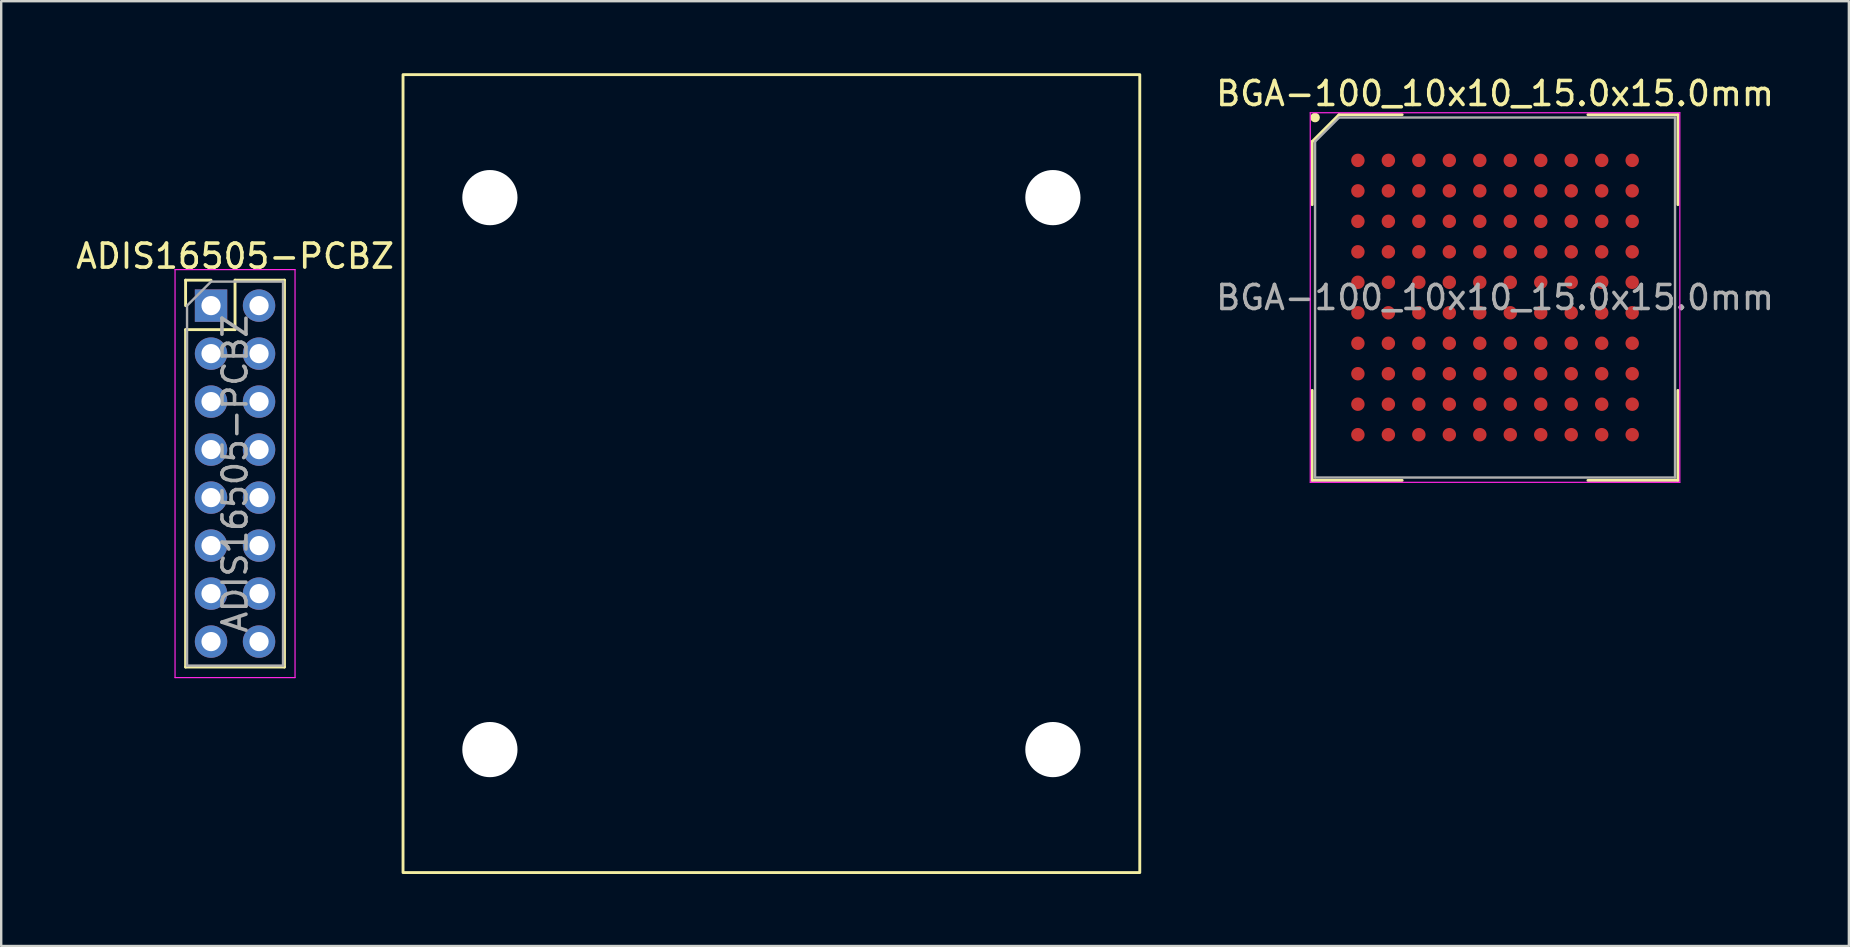
<source format=kicad_pcb>
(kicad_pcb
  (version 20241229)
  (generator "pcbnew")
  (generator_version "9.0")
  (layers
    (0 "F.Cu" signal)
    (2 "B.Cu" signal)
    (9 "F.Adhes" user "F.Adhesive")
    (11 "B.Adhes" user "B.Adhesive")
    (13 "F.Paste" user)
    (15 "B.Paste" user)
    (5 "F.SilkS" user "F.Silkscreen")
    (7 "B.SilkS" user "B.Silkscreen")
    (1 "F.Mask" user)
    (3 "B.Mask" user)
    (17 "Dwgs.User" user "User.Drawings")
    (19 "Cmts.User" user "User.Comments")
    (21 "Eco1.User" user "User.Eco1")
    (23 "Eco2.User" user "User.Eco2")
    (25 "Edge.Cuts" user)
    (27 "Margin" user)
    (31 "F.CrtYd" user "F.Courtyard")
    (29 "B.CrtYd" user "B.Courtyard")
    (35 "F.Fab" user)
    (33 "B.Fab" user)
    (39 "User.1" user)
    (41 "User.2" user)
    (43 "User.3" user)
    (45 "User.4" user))
  (footprint "BGA-100_10x10_15.0x15.0mm"
    (layer "F.Cu")
    (at 59.248 9.348)
    (property "Reference" "BGA-100_10x10_15.0x15.0mm" (at 0 -8.5 0) (layer "F.SilkS") (effects (font (size 1 1) (thickness 0.15))))
    (attr smd)
    (fp_line (start -7.62 -6.5) (end -7.62 -3.87) (stroke (width 0.12) (type default)) (layer "F.SilkS"))
    (fp_line (start -7.62 7.62) (end -7.62 3.87) (stroke (width 0.12) (type default)) (layer "F.SilkS"))
    (fp_line (start -6.5 -7.62) (end -7.62 -6.5) (stroke (width 0.12) (type default)) (layer "F.SilkS"))
    (fp_line (start -3.87 -7.62) (end -6.5 -7.62) (stroke (width 0.12) (type default)) (layer "F.SilkS"))
    (fp_line (start -3.87 7.62) (end -7.62 7.62) (stroke (width 0.12) (type default)) (layer "F.SilkS"))
    (fp_line (start 3.87 -7.62) (end 7.62 -7.62) (stroke (width 0.12) (type default)) (layer "F.SilkS"))
    (fp_line (start 3.87 7.62) (end 7.62 7.62) (stroke (width 0.12) (type default)) (layer "F.SilkS"))
    (fp_line (start 7.62 -7.62) (end 7.62 -3.87) (stroke (width 0.12) (type default)) (layer "F.SilkS"))
    (fp_line (start 7.62 7.62) (end 7.62 3.87) (stroke (width 0.12) (type default)) (layer "F.SilkS"))
    (fp_circle (center -7.5 -7.5) (end -7.5 -7.4) (stroke (width 0.2) (type default)) (fill no) (layer "F.SilkS"))
    (fp_line (start -7.7 -7.7) (end 7.7 -7.7) (stroke (width 0.05) (type default)) (layer "F.CrtYd"))
    (fp_line (start -7.7 7.7) (end -7.7 -7.7) (stroke (width 0.05) (type default)) (layer "F.CrtYd"))
    (fp_line (start 7.7 -7.7) (end 7.7 7.7) (stroke (width 0.05) (type default)) (layer "F.CrtYd"))
    (fp_line (start 7.7 7.7) (end -7.7 7.7) (stroke (width 0.05) (type default)) (layer "F.CrtYd"))
    (fp_line (start -7.5 -6.5) (end -7.5 7.5) (stroke (width 0.1) (type default)) (layer "F.Fab"))
    (fp_line (start -7.5 7.5) (end 7.5 7.5) (stroke (width 0.1) (type default)) (layer "F.Fab"))
    (fp_line (start -6.5 -7.5) (end -7.5 -6.5) (stroke (width 0.1) (type default)) (layer "F.Fab"))
    (fp_line (start 7.5 -7.5) (end -6.5 -7.5) (stroke (width 0.1) (type default)) (layer "F.Fab"))
    (fp_line (start 7.5 7.5) (end 7.5 -7.5) (stroke (width 0.1) (type default)) (layer "F.Fab"))
    (fp_text user "${REFERENCE}" (at 0 0 0) (layer "F.Fab") (effects (font (size 1 1) (thickness 0.15))))
    (pad "A1" smd circle (at -5.715 -5.715) (size 0.56 0.56) (layers "F.Cu" "F.Mask" "F.Paste"))
    (pad "A2" smd circle (at -4.445 -5.715) (size 0.56 0.56) (layers "F.Cu" "F.Mask" "F.Paste"))
    (pad "A3" smd circle (at -3.175 -5.715) (size 0.56 0.56) (layers "F.Cu" "F.Mask" "F.Paste"))
    (pad "A4" smd circle (at -1.905 -5.715) (size 0.56 0.56) (layers "F.Cu" "F.Mask" "F.Paste"))
    (pad "A5" smd circle (at -0.635 -5.715) (size 0.56 0.56) (layers "F.Cu" "F.Mask" "F.Paste"))
    (pad "A6" smd circle (at 0.635 -5.715) (size 0.56 0.56) (layers "F.Cu" "F.Mask" "F.Paste"))
    (pad "A7" smd circle (at 1.905 -5.715) (size 0.56 0.56) (layers "F.Cu" "F.Mask" "F.Paste"))
    (pad "A8" smd circle (at 3.175 -5.715) (size 0.56 0.56) (layers "F.Cu" "F.Mask" "F.Paste"))
    (pad "A9" smd circle (at 4.445 -5.715) (size 0.56 0.56) (layers "F.Cu" "F.Mask" "F.Paste"))
    (pad "A10" smd circle (at 5.715 -5.715) (size 0.56 0.56) (layers "F.Cu" "F.Mask" "F.Paste"))
    (pad "B1" smd circle (at -5.715 -4.445) (size 0.56 0.56) (layers "F.Cu" "F.Mask" "F.Paste"))
    (pad "B2" smd circle (at -4.445 -4.445) (size 0.56 0.56) (layers "F.Cu" "F.Mask" "F.Paste"))
    (pad "B3" smd circle (at -3.175 -4.445) (size 0.56 0.56) (layers "F.Cu" "F.Mask" "F.Paste"))
    (pad "B4" smd circle (at -1.905 -4.445) (size 0.56 0.56) (layers "F.Cu" "F.Mask" "F.Paste"))
    (pad "B5" smd circle (at -0.635 -4.445) (size 0.56 0.56) (layers "F.Cu" "F.Mask" "F.Paste"))
    (pad "B6" smd circle (at 0.635 -4.445) (size 0.56 0.56) (layers "F.Cu" "F.Mask" "F.Paste"))
    (pad "B7" smd circle (at 1.905 -4.445) (size 0.56 0.56) (layers "F.Cu" "F.Mask" "F.Paste"))
    (pad "B8" smd circle (at 3.175 -4.445) (size 0.56 0.56) (layers "F.Cu" "F.Mask" "F.Paste"))
    (pad "B9" smd circle (at 4.445 -4.445) (size 0.56 0.56) (layers "F.Cu" "F.Mask" "F.Paste"))
    (pad "B10" smd circle (at 5.715 -4.445) (size 0.56 0.56) (layers "F.Cu" "F.Mask" "F.Paste"))
    (pad "C1" smd circle (at -5.715 -3.175) (size 0.56 0.56) (layers "F.Cu" "F.Mask" "F.Paste"))
    (pad "C2" smd circle (at -4.445 -3.175) (size 0.56 0.56) (layers "F.Cu" "F.Mask" "F.Paste"))
    (pad "C3" smd circle (at -3.175 -3.175) (size 0.56 0.56) (layers "F.Cu" "F.Mask" "F.Paste"))
    (pad "C4" smd circle (at -1.905 -3.175) (size 0.56 0.56) (layers "F.Cu" "F.Mask" "F.Paste"))
    (pad "C5" smd circle (at -0.635 -3.175) (size 0.56 0.56) (layers "F.Cu" "F.Mask" "F.Paste"))
    (pad "C6" smd circle (at 0.635 -3.175) (size 0.56 0.56) (layers "F.Cu" "F.Mask" "F.Paste"))
    (pad "C7" smd circle (at 1.905 -3.175) (size 0.56 0.56) (layers "F.Cu" "F.Mask" "F.Paste"))
    (pad "C8" smd circle (at 3.175 -3.175) (size 0.56 0.56) (layers "F.Cu" "F.Mask" "F.Paste"))
    (pad "C9" smd circle (at 4.445 -3.175) (size 0.56 0.56) (layers "F.Cu" "F.Mask" "F.Paste"))
    (pad "C10" smd circle (at 5.715 -3.175) (size 0.56 0.56) (layers "F.Cu" "F.Mask" "F.Paste"))
    (pad "D1" smd circle (at -5.715 -1.905) (size 0.56 0.56) (layers "F.Cu" "F.Mask" "F.Paste"))
    (pad "D2" smd circle (at -4.445 -1.905) (size 0.56 0.56) (layers "F.Cu" "F.Mask" "F.Paste"))
    (pad "D3" smd circle (at -3.175 -1.905) (size 0.56 0.56) (layers "F.Cu" "F.Mask" "F.Paste"))
    (pad "D4" smd circle (at -1.905 -1.905) (size 0.56 0.56) (layers "F.Cu" "F.Mask" "F.Paste"))
    (pad "D5" smd circle (at -0.635 -1.905) (size 0.56 0.56) (layers "F.Cu" "F.Mask" "F.Paste"))
    (pad "D6" smd circle (at 0.635 -1.905) (size 0.56 0.56) (layers "F.Cu" "F.Mask" "F.Paste"))
    (pad "D7" smd circle (at 1.905 -1.905) (size 0.56 0.56) (layers "F.Cu" "F.Mask" "F.Paste"))
    (pad "D8" smd circle (at 3.175 -1.905) (size 0.56 0.56) (layers "F.Cu" "F.Mask" "F.Paste"))
    (pad "D9" smd circle (at 4.445 -1.905) (size 0.56 0.56) (layers "F.Cu" "F.Mask" "F.Paste"))
    (pad "D10" smd circle (at 5.715 -1.905) (size 0.56 0.56) (layers "F.Cu" "F.Mask" "F.Paste"))
    (pad "E1" smd circle (at -5.715 -0.635) (size 0.56 0.56) (layers "F.Cu" "F.Mask" "F.Paste"))
    (pad "E2" smd circle (at -4.445 -0.635) (size 0.56 0.56) (layers "F.Cu" "F.Mask" "F.Paste"))
    (pad "E3" smd circle (at -3.175 -0.635) (size 0.56 0.56) (layers "F.Cu" "F.Mask" "F.Paste"))
    (pad "E4" smd circle (at -1.905 -0.635) (size 0.56 0.56) (layers "F.Cu" "F.Mask" "F.Paste"))
    (pad "E5" smd circle (at -0.635 -0.635) (size 0.56 0.56) (layers "F.Cu" "F.Mask" "F.Paste"))
    (pad "E6" smd circle (at 0.635 -0.635) (size 0.56 0.56) (layers "F.Cu" "F.Mask" "F.Paste"))
    (pad "E7" smd circle (at 1.905 -0.635) (size 0.56 0.56) (layers "F.Cu" "F.Mask" "F.Paste"))
    (pad "E8" smd circle (at 3.175 -0.635) (size 0.56 0.56) (layers "F.Cu" "F.Mask" "F.Paste"))
    (pad "E9" smd circle (at 4.445 -0.635) (size 0.56 0.56) (layers "F.Cu" "F.Mask" "F.Paste"))
    (pad "E10" smd circle (at 5.715 -0.635) (size 0.56 0.56) (layers "F.Cu" "F.Mask" "F.Paste"))
    (pad "F1" smd circle (at -5.715 0.635) (size 0.56 0.56) (layers "F.Cu" "F.Mask" "F.Paste"))
    (pad "F2" smd circle (at -4.445 0.635) (size 0.56 0.56) (layers "F.Cu" "F.Mask" "F.Paste"))
    (pad "F3" smd circle (at -3.175 0.635) (size 0.56 0.56) (layers "F.Cu" "F.Mask" "F.Paste"))
    (pad "F4" smd circle (at -1.905 0.635) (size 0.56 0.56) (layers "F.Cu" "F.Mask" "F.Paste"))
    (pad "F5" smd circle (at -0.635 0.635) (size 0.56 0.56) (layers "F.Cu" "F.Mask" "F.Paste"))
    (pad "F6" smd circle (at 0.635 0.635) (size 0.56 0.56) (layers "F.Cu" "F.Mask" "F.Paste"))
    (pad "F7" smd circle (at 1.905 0.635) (size 0.56 0.56) (layers "F.Cu" "F.Mask" "F.Paste"))
    (pad "F8" smd circle (at 3.175 0.635) (size 0.56 0.56) (layers "F.Cu" "F.Mask" "F.Paste"))
    (pad "F9" smd circle (at 4.445 0.635) (size 0.56 0.56) (layers "F.Cu" "F.Mask" "F.Paste"))
    (pad "F10" smd circle (at 5.715 0.635) (size 0.56 0.56) (layers "F.Cu" "F.Mask" "F.Paste"))
    (pad "G1" smd circle (at -5.715 1.905) (size 0.56 0.56) (layers "F.Cu" "F.Mask" "F.Paste"))
    (pad "G2" smd circle (at -4.445 1.905) (size 0.56 0.56) (layers "F.Cu" "F.Mask" "F.Paste"))
    (pad "G3" smd circle (at -3.175 1.905) (size 0.56 0.56) (layers "F.Cu" "F.Mask" "F.Paste"))
    (pad "G4" smd circle (at -1.905 1.905) (size 0.56 0.56) (layers "F.Cu" "F.Mask" "F.Paste"))
    (pad "G5" smd circle (at -0.635 1.905) (size 0.56 0.56) (layers "F.Cu" "F.Mask" "F.Paste"))
    (pad "G6" smd circle (at 0.635 1.905) (size 0.56 0.56) (layers "F.Cu" "F.Mask" "F.Paste"))
    (pad "G7" smd circle (at 1.905 1.905) (size 0.56 0.56) (layers "F.Cu" "F.Mask" "F.Paste"))
    (pad "G8" smd circle (at 3.175 1.905) (size 0.56 0.56) (layers "F.Cu" "F.Mask" "F.Paste"))
    (pad "G9" smd circle (at 4.445 1.905) (size 0.56 0.56) (layers "F.Cu" "F.Mask" "F.Paste"))
    (pad "G10" smd circle (at 5.715 1.905) (size 0.56 0.56) (layers "F.Cu" "F.Mask" "F.Paste"))
    (pad "H1" smd circle (at -5.715 3.175) (size 0.56 0.56) (layers "F.Cu" "F.Mask" "F.Paste"))
    (pad "H2" smd circle (at -4.445 3.175) (size 0.56 0.56) (layers "F.Cu" "F.Mask" "F.Paste"))
    (pad "H3" smd circle (at -3.175 3.175) (size 0.56 0.56) (layers "F.Cu" "F.Mask" "F.Paste"))
    (pad "H4" smd circle (at -1.905 3.175) (size 0.56 0.56) (layers "F.Cu" "F.Mask" "F.Paste"))
    (pad "H5" smd circle (at -0.635 3.175) (size 0.56 0.56) (layers "F.Cu" "F.Mask" "F.Paste"))
    (pad "H6" smd circle (at 0.635 3.175) (size 0.56 0.56) (layers "F.Cu" "F.Mask" "F.Paste"))
    (pad "H7" smd circle (at 1.905 3.175) (size 0.56 0.56) (layers "F.Cu" "F.Mask" "F.Paste"))
    (pad "H8" smd circle (at 3.175 3.175) (size 0.56 0.56) (layers "F.Cu" "F.Mask" "F.Paste"))
    (pad "H9" smd circle (at 4.445 3.175) (size 0.56 0.56) (layers "F.Cu" "F.Mask" "F.Paste"))
    (pad "H10" smd circle (at 5.715 3.175) (size 0.56 0.56) (layers "F.Cu" "F.Mask" "F.Paste"))
    (pad "J1" smd circle (at -5.715 4.445) (size 0.56 0.56) (layers "F.Cu" "F.Mask" "F.Paste"))
    (pad "J2" smd circle (at -4.445 4.445) (size 0.56 0.56) (layers "F.Cu" "F.Mask" "F.Paste"))
    (pad "J3" smd circle (at -3.175 4.445) (size 0.56 0.56) (layers "F.Cu" "F.Mask" "F.Paste"))
    (pad "J4" smd circle (at -1.905 4.445) (size 0.56 0.56) (layers "F.Cu" "F.Mask" "F.Paste"))
    (pad "J5" smd circle (at -0.635 4.445) (size 0.56 0.56) (layers "F.Cu" "F.Mask" "F.Paste"))
    (pad "J6" smd circle (at 0.635 4.445) (size 0.56 0.56) (layers "F.Cu" "F.Mask" "F.Paste"))
    (pad "J7" smd circle (at 1.905 4.445) (size 0.56 0.56) (layers "F.Cu" "F.Mask" "F.Paste"))
    (pad "J8" smd circle (at 3.175 4.445) (size 0.56 0.56) (layers "F.Cu" "F.Mask" "F.Paste"))
    (pad "J9" smd circle (at 4.445 4.445) (size 0.56 0.56) (layers "F.Cu" "F.Mask" "F.Paste"))
    (pad "J10" smd circle (at 5.715 4.445) (size 0.56 0.56) (layers "F.Cu" "F.Mask" "F.Paste"))
    (pad "K1" smd circle (at -5.715 5.715) (size 0.56 0.56) (layers "F.Cu" "F.Mask" "F.Paste"))
    (pad "K2" smd circle (at -4.445 5.715) (size 0.56 0.56) (layers "F.Cu" "F.Mask" "F.Paste"))
    (pad "K3" smd circle (at -3.175 5.715) (size 0.56 0.56) (layers "F.Cu" "F.Mask" "F.Paste"))
    (pad "K4" smd circle (at -1.905 5.715) (size 0.56 0.56) (layers "F.Cu" "F.Mask" "F.Paste"))
    (pad "K5" smd circle (at -0.635 5.715) (size 0.56 0.56) (layers "F.Cu" "F.Mask" "F.Paste"))
    (pad "K6" smd circle (at 0.635 5.715) (size 0.56 0.56) (layers "F.Cu" "F.Mask" "F.Paste"))
    (pad "K7" smd circle (at 1.905 5.715) (size 0.56 0.56) (layers "F.Cu" "F.Mask" "F.Paste"))
    (pad "K8" smd circle (at 3.175 5.715) (size 0.56 0.56) (layers "F.Cu" "F.Mask" "F.Paste"))
    (pad "K9" smd circle (at 4.445 5.715) (size 0.56 0.56) (layers "F.Cu" "F.Mask" "F.Paste"))
    (pad "K10" smd circle (at 5.715 5.715) (size 0.56 0.56) (layers "F.Cu" "F.Mask" "F.Paste")))
  (footprint "ADIS16505-PCBZ"
    (layer "F.Cu")
    (at 13.744 16.685)
    (property "Reference" "ADIS16505-PCBZ" (at -7 -9.06 0) (layer "F.SilkS") (effects (font (size 1 1) (thickness 0.15))))
    (attr through_hole)
    (fp_line (start -9.06 -8.06) (end -8 -8.06) (stroke (width 0.12) (type solid)) (layer "F.SilkS"))
    (fp_line (start -9.06 -7) (end -9.06 -8.06) (stroke (width 0.12) (type solid)) (layer "F.SilkS"))
    (fp_line (start -9.06 -6) (end -9.06 8.06) (stroke (width 0.12) (type solid)) (layer "F.SilkS"))
    (fp_line (start -9.06 -6) (end -7 -6) (stroke (width 0.12) (type solid)) (layer "F.SilkS"))
    (fp_line (start -9.06 8.06) (end -4.94 8.06) (stroke (width 0.12) (type solid)) (layer "F.SilkS"))
    (fp_line (start -7 -8.06) (end -4.94 -8.06) (stroke (width 0.12) (type solid)) (layer "F.SilkS"))
    (fp_line (start -7 -6) (end -7 -8.06) (stroke (width 0.12) (type solid)) (layer "F.SilkS"))
    (fp_line (start -4.94 -8.06) (end -4.94 8.06) (stroke (width 0.12) (type solid)) (layer "F.SilkS"))
    (fp_rect (start 0 -16.625) (end 30.7 16.625) (stroke (width 0.12) (type default)) (fill no) (layer "F.SilkS"))
    (fp_line (start -9.5 -8.5) (end -9.5 8.5) (stroke (width 0.05) (type solid)) (layer "F.CrtYd"))
    (fp_line (start -9.5 8.5) (end -4.5 8.5) (stroke (width 0.05) (type solid)) (layer "F.CrtYd"))
    (fp_line (start -4.5 -8.5) (end -9.5 -8.5) (stroke (width 0.05) (type solid)) (layer "F.CrtYd"))
    (fp_line (start -4.5 8.5) (end -4.5 -8.5) (stroke (width 0.05) (type solid)) (layer "F.CrtYd"))
    (fp_line (start -9 -7) (end -8 -8) (stroke (width 0.1) (type solid)) (layer "F.Fab"))
    (fp_line (start -9 8) (end -9 -7) (stroke (width 0.1) (type solid)) (layer "F.Fab"))
    (fp_line (start -8 -8) (end -5 -8) (stroke (width 0.1) (type solid)) (layer "F.Fab"))
    (fp_line (start -5 -8) (end -5 8) (stroke (width 0.1) (type solid)) (layer "F.Fab"))
    (fp_line (start -5 8) (end -9 8) (stroke (width 0.1) (type solid)) (layer "F.Fab"))
    (fp_line (start 17 0) (end 17 3) (stroke (width 0.12) (type default)) (layer "User.1"))
    (fp_line (start 17 0) (end 20 0) (stroke (width 0.12) (type default)) (layer "User.1"))
    (fp_line (start 17 3) (end 16.6 2.6) (stroke (width 0.12) (type default)) (layer "User.1"))
    (fp_line (start 17 3) (end 17.4 2.6) (stroke (width 0.12) (type default)) (layer "User.1"))
    (fp_line (start 20 0) (end 19.6 -0.4) (stroke (width 0.12) (type default)) (layer "User.1"))
    (fp_line (start 20 0) (end 19.6 0.4) (stroke (width 0.12) (type default)) (layer "User.1"))
    (fp_circle (center 17 0) (end 17.2 0.2) (stroke (width 0.12) (type default)) (fill no) (layer "User.1"))
    (fp_text user "${REFERENCE}" (at -7 0 90) (layer "F.Fab") (effects (font (size 1 1) (thickness 0.15))))
    (fp_text user "Y" (at 20.4 0.6 0) (unlocked yes) (layer "User.1") (effects (font (size 1 1) (thickness 0.15)) (justify left bottom)))
    (fp_text user "X" (at 17.6 3.4 0) (unlocked yes) (layer "User.1") (effects (font (size 1 1) (thickness 0.15)) (justify left bottom)))
    (fp_text user "Z" (at 16.4 -0.4 0) (unlocked yes) (layer "User.1") (effects (font (size 1 1) (thickness 0.15)) (justify left bottom)))
    (pad "" np_thru_hole circle (at 3.62 -11.5) (size 2.3 2.3) (drill 2.3) (layers "*.Cu" "*.Mask"))
    (pad "" np_thru_hole circle (at 3.62 11.5) (size 2.3 2.3) (drill 2.3) (layers "*.Cu" "*.Mask"))
    (pad "" np_thru_hole circle (at 27.08 -11.5) (size 2.3 2.3) (drill 2.3) (layers "*.Cu" "*.Mask"))
    (pad "" np_thru_hole circle (at 27.08 11.5) (size 2.3 2.3) (drill 2.3) (layers "*.Cu" "*.Mask"))
    (pad "1" thru_hole rect (at -8 -7) (size 1.35 1.35) (drill 0.8) (layers "*.Cu" "*.Mask"))
    (pad "2" thru_hole oval (at -6 -7) (size 1.35 1.35) (drill 0.8) (layers "*.Cu" "*.Mask"))
    (pad "3" thru_hole oval (at -8 -5) (size 1.35 1.35) (drill 0.8) (layers "*.Cu" "*.Mask"))
    (pad "4" thru_hole oval (at -6 -5) (size 1.35 1.35) (drill 0.8) (layers "*.Cu" "*.Mask"))
    (pad "5" thru_hole oval (at -8 -3) (size 1.35 1.35) (drill 0.8) (layers "*.Cu" "*.Mask"))
    (pad "6" thru_hole oval (at -6 -3) (size 1.35 1.35) (drill 0.8) (layers "*.Cu" "*.Mask"))
    (pad "7" thru_hole oval (at -8 -1) (size 1.35 1.35) (drill 0.8) (layers "*.Cu" "*.Mask"))
    (pad "8" thru_hole oval (at -6 -1) (size 1.35 1.35) (drill 0.8) (layers "*.Cu" "*.Mask"))
    (pad "9" thru_hole oval (at -8 1) (size 1.35 1.35) (drill 0.8) (layers "*.Cu" "*.Mask"))
    (pad "10" thru_hole oval (at -6 1) (size 1.35 1.35) (drill 0.8) (layers "*.Cu" "*.Mask"))
    (pad "11" thru_hole oval (at -8 3) (size 1.35 1.35) (drill 0.8) (layers "*.Cu" "*.Mask"))
    (pad "12" thru_hole oval (at -6 3) (size 1.35 1.35) (drill 0.8) (layers "*.Cu" "*.Mask"))
    (pad "13" thru_hole oval (at -8 5) (size 1.35 1.35) (drill 0.8) (layers "*.Cu" "*.Mask"))
    (pad "14" thru_hole oval (at -6 5) (size 1.35 1.35) (drill 0.8) (layers "*.Cu" "*.Mask"))
    (pad "15" thru_hole oval (at -8 7) (size 1.35 1.35) (drill 0.8) (layers "*.Cu" "*.Mask"))
    (pad "16" thru_hole oval (at -6 7) (size 1.35 1.35) (drill 0.8) (layers "*.Cu" "*.Mask")))
  (gr_rect
    (start -3 -3)
    (end 73.992 36.37)
    (stroke (width 0.1) (type default))
    (fill no)
    (layer "Edge.Cuts")))
</source>
